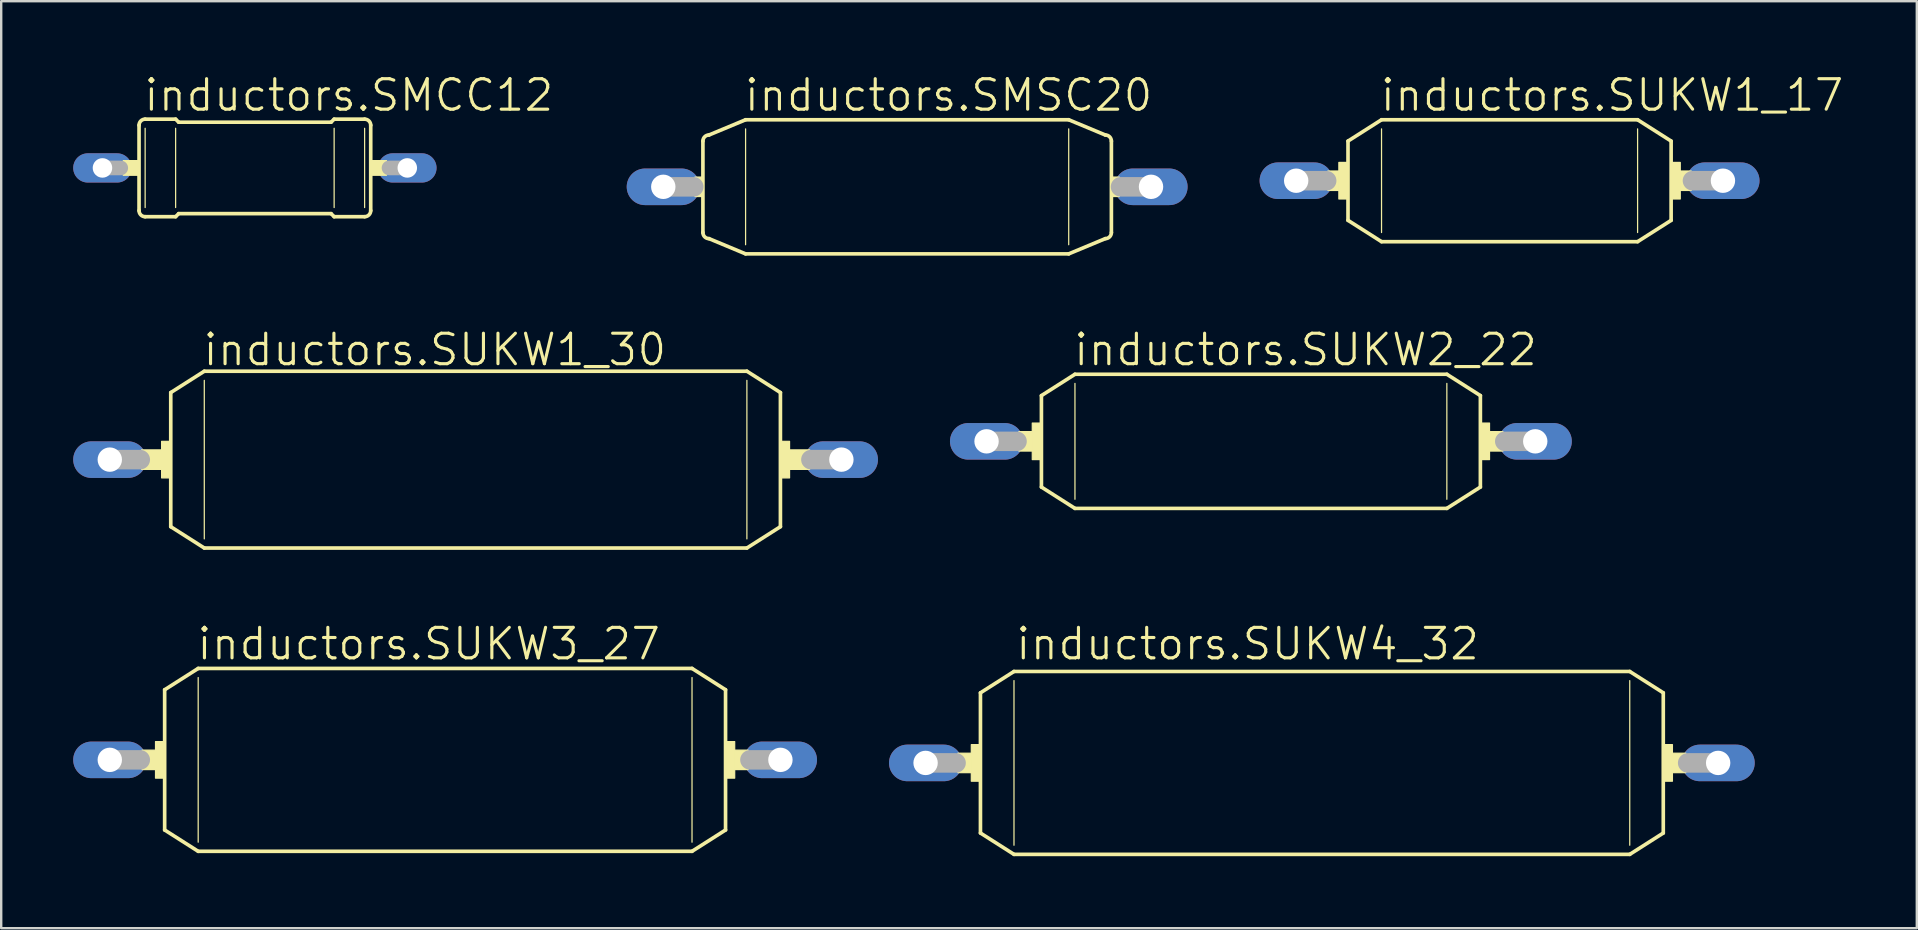
<source format=kicad_pcb>
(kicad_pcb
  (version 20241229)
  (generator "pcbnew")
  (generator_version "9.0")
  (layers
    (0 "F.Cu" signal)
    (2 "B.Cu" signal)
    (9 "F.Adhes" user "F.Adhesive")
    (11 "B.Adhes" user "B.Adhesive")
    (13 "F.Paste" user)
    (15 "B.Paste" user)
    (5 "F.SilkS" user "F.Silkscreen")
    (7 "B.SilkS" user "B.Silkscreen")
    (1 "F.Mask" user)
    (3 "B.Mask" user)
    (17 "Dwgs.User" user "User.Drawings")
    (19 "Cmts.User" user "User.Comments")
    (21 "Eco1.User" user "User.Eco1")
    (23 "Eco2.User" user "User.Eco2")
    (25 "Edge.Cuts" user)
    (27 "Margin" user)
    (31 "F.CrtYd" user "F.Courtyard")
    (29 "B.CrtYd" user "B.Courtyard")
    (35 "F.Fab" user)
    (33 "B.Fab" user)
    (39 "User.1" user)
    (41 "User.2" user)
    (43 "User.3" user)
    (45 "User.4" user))
  (footprint "inductors.SMSC20"
    (layer "F.Cu")
    (at 34.744 4.733)
    (property "Reference" "inductors.SMSC20" (at -6.858 -3.073 0) (layer "F.SilkS") (effects (font (size 1.27 1.27) (thickness 0.13)) (justify left bottom)))
    (attr through_hole)
    (fp_line (start -8.509 1.905) (end -8.509 -1.905) (stroke (width 0.152) (type default)) (layer "F.SilkS"))
    (fp_line (start -8.255 -2.159) (end -6.731 -2.794) (stroke (width 0.152) (type default)) (layer "F.SilkS"))
    (fp_line (start -8.255 2.159) (end -6.731 2.794) (stroke (width 0.152) (type default)) (layer "F.SilkS"))
    (fp_line (start -6.731 -2.413) (end -6.731 2.413) (stroke (width 0.051) (type default)) (layer "F.SilkS"))
    (fp_line (start 6.731 -2.794) (end -6.731 -2.794) (stroke (width 0.152) (type default)) (layer "F.SilkS"))
    (fp_line (start 6.731 -2.413) (end 6.731 2.413) (stroke (width 0.051) (type default)) (layer "F.SilkS"))
    (fp_line (start 6.731 2.794) (end -6.731 2.794) (stroke (width 0.152) (type default)) (layer "F.SilkS"))
    (fp_line (start 8.255 -2.159) (end 6.731 -2.794) (stroke (width 0.152) (type default)) (layer "F.SilkS"))
    (fp_line (start 8.255 2.159) (end 6.731 2.794) (stroke (width 0.152) (type default)) (layer "F.SilkS"))
    (fp_line (start 8.509 1.905) (end 8.509 -1.905) (stroke (width 0.152) (type default)) (layer "F.SilkS"))
    (fp_rect (start -8.839 0.406) (end -8.509 -0.406) (stroke (width 0.05) (type default)) (fill yes) (layer "F.SilkS"))
    (fp_rect (start 8.509 0.406) (end 8.839 -0.406) (stroke (width 0.05) (type default)) (fill yes) (layer "F.SilkS"))
    (fp_arc (start -8.509 -1.905) (mid -8.434605 -2.084605) (end -8.255 -2.159) (stroke (width 0.1524) (type default)) (layer "F.SilkS"))
    (fp_arc (start -8.255 2.159) (mid -8.434605 2.084605) (end -8.509 1.905) (stroke (width 0.1524) (type default)) (layer "F.SilkS"))
    (fp_arc (start 8.255 -2.159) (mid 8.434605 -2.084605) (end 8.509 -1.905) (stroke (width 0.1524) (type default)) (layer "F.SilkS"))
    (fp_arc (start 8.509 1.905) (mid 8.434605 2.084605) (end 8.255 2.159) (stroke (width 0.1524) (type default)) (layer "F.SilkS"))
    (fp_line (start -10.033 0) (end -8.89 0) (stroke (width 0.813) (type default)) (layer "F.Fab"))
    (fp_line (start 10.033 0) (end 8.89 0) (stroke (width 0.813) (type default)) (layer "F.Fab"))
    (pad "1" thru_hole oval (at -10.16 0) (size 3.048 1.524) (drill 1.016) (layers "*.Cu" "*.Mask"))
    (pad "2" thru_hole oval (at 10.16 0) (size 3.048 1.524) (drill 1.016) (layers "*.Cu" "*.Mask")))
  (footprint "inductors.SUKW2_22"
    (layer "F.Cu")
    (at 49.482 15.337)
    (property "Reference" "inductors.SUKW2_22" (at -7.874 -3.073 0) (layer "F.SilkS") (effects (font (size 1.27 1.27) (thickness 0.13)) (justify left bottom)))
    (attr through_hole)
    (fp_line (start -9.144 -1.905) (end -7.747 -2.794) (stroke (width 0.152) (type default)) (layer "F.SilkS"))
    (fp_line (start -9.144 1.905) (end -9.144 -1.905) (stroke (width 0.152) (type default)) (layer "F.SilkS"))
    (fp_line (start -9.144 1.905) (end -7.747 2.794) (stroke (width 0.152) (type default)) (layer "F.SilkS"))
    (fp_line (start -7.747 -2.413) (end -7.747 2.413) (stroke (width 0.051) (type default)) (layer "F.SilkS"))
    (fp_line (start 7.747 -2.794) (end -7.747 -2.794) (stroke (width 0.152) (type default)) (layer "F.SilkS"))
    (fp_line (start 7.747 -2.413) (end 7.747 2.413) (stroke (width 0.051) (type default)) (layer "F.SilkS"))
    (fp_line (start 7.747 2.794) (end -7.747 2.794) (stroke (width 0.152) (type default)) (layer "F.SilkS"))
    (fp_line (start 9.144 -1.905) (end 7.747 -2.794) (stroke (width 0.152) (type default)) (layer "F.SilkS"))
    (fp_line (start 9.144 1.905) (end 7.747 2.794) (stroke (width 0.152) (type default)) (layer "F.SilkS"))
    (fp_line (start 9.144 1.905) (end 9.144 -1.905) (stroke (width 0.152) (type default)) (layer "F.SilkS"))
    (fp_rect (start -10.084 0.406) (end -9.525 -0.406) (stroke (width 0.05) (type default)) (fill yes) (layer "F.SilkS"))
    (fp_rect (start -9.525 0.762) (end -9.144 -0.762) (stroke (width 0.05) (type default)) (fill yes) (layer "F.SilkS"))
    (fp_rect (start 9.144 0.762) (end 9.525 -0.762) (stroke (width 0.05) (type default)) (fill yes) (layer "F.SilkS"))
    (fp_rect (start 9.525 0.406) (end 10.084 -0.406) (stroke (width 0.05) (type default)) (fill yes) (layer "F.SilkS"))
    (fp_line (start -11.43 0) (end -10.16 0) (stroke (width 0.813) (type default)) (layer "F.Fab"))
    (fp_line (start 11.43 0) (end 10.16 0) (stroke (width 0.813) (type default)) (layer "F.Fab"))
    (pad "1" thru_hole oval (at -11.43 0) (size 3.048 1.524) (drill 1.016) (layers "*.Cu" "*.Mask"))
    (pad "2" thru_hole oval (at 11.43 0) (size 3.048 1.524) (drill 1.016) (layers "*.Cu" "*.Mask")))
  (footprint "inductors.SUKW4_32"
    (layer "F.Cu")
    (at 52.022 28.735)
    (property "Reference" "inductors.SUKW4_32" (at -12.827 -4.216 0) (layer "F.SilkS") (effects (font (size 1.27 1.27) (thickness 0.13)) (justify left bottom)))
    (attr through_hole)
    (fp_line (start -14.224 -2.921) (end -12.827 -3.81) (stroke (width 0.152) (type default)) (layer "F.SilkS"))
    (fp_line (start -14.224 2.921) (end -14.224 -2.921) (stroke (width 0.152) (type default)) (layer "F.SilkS"))
    (fp_line (start -14.224 2.921) (end -12.827 3.81) (stroke (width 0.152) (type default)) (layer "F.SilkS"))
    (fp_line (start -12.827 -3.429) (end -12.827 3.429) (stroke (width 0.051) (type default)) (layer "F.SilkS"))
    (fp_line (start 12.827 -3.81) (end -12.827 -3.81) (stroke (width 0.152) (type default)) (layer "F.SilkS"))
    (fp_line (start 12.827 -3.429) (end 12.827 3.429) (stroke (width 0.051) (type default)) (layer "F.SilkS"))
    (fp_line (start 12.827 3.81) (end -12.827 3.81) (stroke (width 0.152) (type default)) (layer "F.SilkS"))
    (fp_line (start 14.224 -2.921) (end 12.827 -3.81) (stroke (width 0.152) (type default)) (layer "F.SilkS"))
    (fp_line (start 14.224 2.921) (end 12.827 3.81) (stroke (width 0.152) (type default)) (layer "F.SilkS"))
    (fp_line (start 14.224 2.921) (end 14.224 -2.921) (stroke (width 0.152) (type default)) (layer "F.SilkS"))
    (fp_rect (start -15.164 0.406) (end -14.605 -0.406) (stroke (width 0.05) (type default)) (fill yes) (layer "F.SilkS"))
    (fp_rect (start -14.605 0.762) (end -14.224 -0.762) (stroke (width 0.05) (type default)) (fill yes) (layer "F.SilkS"))
    (fp_rect (start 14.224 0.762) (end 14.605 -0.762) (stroke (width 0.05) (type default)) (fill yes) (layer "F.SilkS"))
    (fp_rect (start 14.605 0.406) (end 15.164 -0.406) (stroke (width 0.05) (type default)) (fill yes) (layer "F.SilkS"))
    (fp_line (start -16.51 0) (end -15.24 0) (stroke (width 0.813) (type default)) (layer "F.Fab"))
    (fp_line (start 16.51 0) (end 15.24 0) (stroke (width 0.813) (type default)) (layer "F.Fab"))
    (pad "1" thru_hole oval (at -16.51 0) (size 3.048 1.524) (drill 1.016) (layers "*.Cu" "*.Mask"))
    (pad "2" thru_hole oval (at 16.51 0) (size 3.048 1.524) (drill 1.016) (layers "*.Cu" "*.Mask")))
  (footprint "inductors.SUKW1_17"
    (layer "F.Cu")
    (at 59.842 4.479)
    (property "Reference" "inductors.SUKW1_17" (at -5.461 -2.819 0) (layer "F.SilkS") (effects (font (size 1.27 1.27) (thickness 0.13)) (justify left bottom)))
    (attr through_hole)
    (fp_line (start -6.731 -1.651) (end -5.334 -2.54) (stroke (width 0.152) (type default)) (layer "F.SilkS"))
    (fp_line (start -6.731 1.651) (end -6.731 -1.651) (stroke (width 0.152) (type default)) (layer "F.SilkS"))
    (fp_line (start -6.731 1.651) (end -5.334 2.54) (stroke (width 0.152) (type default)) (layer "F.SilkS"))
    (fp_line (start -5.334 -2.159) (end -5.334 2.159) (stroke (width 0.051) (type default)) (layer "F.SilkS"))
    (fp_line (start 5.334 -2.54) (end -5.334 -2.54) (stroke (width 0.152) (type default)) (layer "F.SilkS"))
    (fp_line (start 5.334 -2.159) (end 5.334 2.159) (stroke (width 0.051) (type default)) (layer "F.SilkS"))
    (fp_line (start 5.334 2.54) (end -5.334 2.54) (stroke (width 0.152) (type default)) (layer "F.SilkS"))
    (fp_line (start 6.731 -1.651) (end 5.334 -2.54) (stroke (width 0.152) (type default)) (layer "F.SilkS"))
    (fp_line (start 6.731 1.651) (end 5.334 2.54) (stroke (width 0.152) (type default)) (layer "F.SilkS"))
    (fp_line (start 6.731 1.651) (end 6.731 -1.651) (stroke (width 0.152) (type default)) (layer "F.SilkS"))
    (fp_rect (start -7.569 0.406) (end -7.112 -0.406) (stroke (width 0.05) (type default)) (fill yes) (layer "F.SilkS"))
    (fp_rect (start -7.112 0.762) (end -6.731 -0.762) (stroke (width 0.05) (type default)) (fill yes) (layer "F.SilkS"))
    (fp_rect (start 6.731 0.762) (end 7.112 -0.762) (stroke (width 0.05) (type default)) (fill yes) (layer "F.SilkS"))
    (fp_rect (start 7.112 0.406) (end 7.569 -0.406) (stroke (width 0.05) (type default)) (fill yes) (layer "F.SilkS"))
    (fp_line (start -8.89 0) (end -7.62 0) (stroke (width 0.813) (type default)) (layer "F.Fab"))
    (fp_line (start 8.89 0) (end 7.62 0) (stroke (width 0.813) (type default)) (layer "F.Fab"))
    (pad "1" thru_hole oval (at -8.89 0) (size 3.048 1.524) (drill 1.016) (layers "*.Cu" "*.Mask"))
    (pad "2" thru_hole oval (at 8.89 0) (size 3.048 1.524) (drill 1.016) (layers "*.Cu" "*.Mask")))
  (footprint "inductors.SUKW3_27"
    (layer "F.Cu")
    (at 15.494 28.608)
    (property "Reference" "inductors.SUKW3_27" (at -10.414 -4.089 0) (layer "F.SilkS") (effects (font (size 1.27 1.27) (thickness 0.13)) (justify left bottom)))
    (attr through_hole)
    (fp_line (start -11.684 -2.921) (end -10.287 -3.81) (stroke (width 0.152) (type default)) (layer "F.SilkS"))
    (fp_line (start -11.684 2.921) (end -11.684 -2.921) (stroke (width 0.152) (type default)) (layer "F.SilkS"))
    (fp_line (start -11.684 2.921) (end -10.287 3.81) (stroke (width 0.152) (type default)) (layer "F.SilkS"))
    (fp_line (start -10.287 -3.429) (end -10.287 3.429) (stroke (width 0.051) (type default)) (layer "F.SilkS"))
    (fp_line (start 10.287 -3.81) (end -10.287 -3.81) (stroke (width 0.152) (type default)) (layer "F.SilkS"))
    (fp_line (start 10.287 -3.429) (end 10.287 3.429) (stroke (width 0.051) (type default)) (layer "F.SilkS"))
    (fp_line (start 10.287 3.81) (end -10.287 3.81) (stroke (width 0.152) (type default)) (layer "F.SilkS"))
    (fp_line (start 11.684 -2.921) (end 10.287 -3.81) (stroke (width 0.152) (type default)) (layer "F.SilkS"))
    (fp_line (start 11.684 2.921) (end 10.287 3.81) (stroke (width 0.152) (type default)) (layer "F.SilkS"))
    (fp_line (start 11.684 2.921) (end 11.684 -2.921) (stroke (width 0.152) (type default)) (layer "F.SilkS"))
    (fp_rect (start -12.624 0.406) (end -12.065 -0.406) (stroke (width 0.05) (type default)) (fill yes) (layer "F.SilkS"))
    (fp_rect (start -12.065 0.762) (end -11.684 -0.762) (stroke (width 0.05) (type default)) (fill yes) (layer "F.SilkS"))
    (fp_rect (start 11.684 0.762) (end 12.065 -0.762) (stroke (width 0.05) (type default)) (fill yes) (layer "F.SilkS"))
    (fp_rect (start 12.065 0.406) (end 12.624 -0.406) (stroke (width 0.05) (type default)) (fill yes) (layer "F.SilkS"))
    (fp_line (start -13.97 0) (end -12.7 0) (stroke (width 0.813) (type default)) (layer "F.Fab"))
    (fp_line (start 13.97 0) (end 12.7 0) (stroke (width 0.813) (type default)) (layer "F.Fab"))
    (pad "1" thru_hole oval (at -13.97 0) (size 3.048 1.524) (drill 1.016) (layers "*.Cu" "*.Mask"))
    (pad "2" thru_hole oval (at 13.97 0) (size 3.048 1.524) (drill 1.016) (layers "*.Cu" "*.Mask")))
  (footprint "inductors.SMCC12"
    (layer "F.Cu")
    (at 7.569 3.946)
    (property "Reference" "inductors.SMCC12" (at -4.699 -2.286 0) (layer "F.SilkS") (effects (font (size 1.27 1.27) (thickness 0.13)) (justify left bottom)))
    (attr through_hole)
    (fp_line (start -4.826 1.778) (end -4.826 -1.778) (stroke (width 0.152) (type default)) (layer "F.SilkS"))
    (fp_line (start -4.572 -2.032) (end -3.302 -2.032) (stroke (width 0.152) (type default)) (layer "F.SilkS"))
    (fp_line (start -4.572 -1.651) (end -4.572 1.651) (stroke (width 0.051) (type default)) (layer "F.SilkS"))
    (fp_line (start -4.572 2.032) (end -3.302 2.032) (stroke (width 0.152) (type default)) (layer "F.SilkS"))
    (fp_line (start -3.302 -1.651) (end -3.302 1.651) (stroke (width 0.051) (type default)) (layer "F.SilkS"))
    (fp_line (start -3.175 -1.905) (end -3.302 -2.032) (stroke (width 0.152) (type default)) (layer "F.SilkS"))
    (fp_line (start -3.175 1.905) (end -3.302 2.032) (stroke (width 0.152) (type default)) (layer "F.SilkS"))
    (fp_line (start 3.175 -1.905) (end -3.175 -1.905) (stroke (width 0.152) (type default)) (layer "F.SilkS"))
    (fp_line (start 3.175 -1.905) (end 3.302 -2.032) (stroke (width 0.152) (type default)) (layer "F.SilkS"))
    (fp_line (start 3.175 1.905) (end -3.175 1.905) (stroke (width 0.152) (type default)) (layer "F.SilkS"))
    (fp_line (start 3.175 1.905) (end 3.302 2.032) (stroke (width 0.152) (type default)) (layer "F.SilkS"))
    (fp_line (start 3.302 -1.651) (end 3.302 1.651) (stroke (width 0.051) (type default)) (layer "F.SilkS"))
    (fp_line (start 4.572 -2.032) (end 3.302 -2.032) (stroke (width 0.152) (type default)) (layer "F.SilkS"))
    (fp_line (start 4.572 -1.651) (end 4.572 1.651) (stroke (width 0.051) (type default)) (layer "F.SilkS"))
    (fp_line (start 4.572 2.032) (end 3.302 2.032) (stroke (width 0.152) (type default)) (layer "F.SilkS"))
    (fp_line (start 4.826 1.778) (end 4.826 -1.778) (stroke (width 0.152) (type default)) (layer "F.SilkS"))
    (fp_rect (start -5.486 0.305) (end -4.826 -0.305) (stroke (width 0.05) (type default)) (fill yes) (layer "F.SilkS"))
    (fp_rect (start 4.826 0.305) (end 5.486 -0.305) (stroke (width 0.05) (type default)) (fill yes) (layer "F.SilkS"))
    (fp_arc (start -4.826 -1.778) (mid -4.751605 -1.957605) (end -4.572 -2.032) (stroke (width 0.1524) (type default)) (layer "F.SilkS"))
    (fp_arc (start -4.572 2.032) (mid -4.751605 1.957605) (end -4.826 1.778) (stroke (width 0.1524) (type default)) (layer "F.SilkS"))
    (fp_arc (start 4.572 -2.032) (mid 4.751605 -1.957605) (end 4.826 -1.778) (stroke (width 0.1524) (type default)) (layer "F.SilkS"))
    (fp_arc (start 4.826 1.778) (mid 4.751605 1.957605) (end 4.572 2.032) (stroke (width 0.1524) (type default)) (layer "F.SilkS"))
    (fp_line (start -6.35 0) (end -5.588 0) (stroke (width 0.61) (type default)) (layer "F.Fab"))
    (fp_line (start 6.35 0) (end 5.588 0) (stroke (width 0.61) (type default)) (layer "F.Fab"))
    (pad "1" thru_hole oval (at -6.35 0) (size 2.438 1.219) (drill 0.813) (layers "*.Cu" "*.Mask"))
    (pad "2" thru_hole oval (at 6.35 0) (size 2.438 1.219) (drill 0.813) (layers "*.Cu" "*.Mask")))
  (footprint "inductors.SUKW1_30"
    (layer "F.Cu")
    (at 16.764 16.099)
    (property "Reference" "inductors.SUKW1_30" (at -11.43 -3.835 0) (layer "F.SilkS") (effects (font (size 1.27 1.27) (thickness 0.13)) (justify left bottom)))
    (attr through_hole)
    (fp_line (start -12.7 -2.794) (end -11.303 -3.683) (stroke (width 0.152) (type default)) (layer "F.SilkS"))
    (fp_line (start -12.7 2.794) (end -12.7 -2.794) (stroke (width 0.152) (type default)) (layer "F.SilkS"))
    (fp_line (start -12.7 2.794) (end -11.303 3.683) (stroke (width 0.152) (type default)) (layer "F.SilkS"))
    (fp_line (start -11.303 -3.302) (end -11.303 3.302) (stroke (width 0.051) (type default)) (layer "F.SilkS"))
    (fp_line (start 11.303 -3.683) (end -11.303 -3.683) (stroke (width 0.152) (type default)) (layer "F.SilkS"))
    (fp_line (start 11.303 -3.302) (end 11.303 3.302) (stroke (width 0.051) (type default)) (layer "F.SilkS"))
    (fp_line (start 11.303 3.683) (end -11.303 3.683) (stroke (width 0.152) (type default)) (layer "F.SilkS"))
    (fp_line (start 12.7 -2.794) (end 11.303 -3.683) (stroke (width 0.152) (type default)) (layer "F.SilkS"))
    (fp_line (start 12.7 2.794) (end 11.303 3.683) (stroke (width 0.152) (type default)) (layer "F.SilkS"))
    (fp_line (start 12.7 2.794) (end 12.7 -2.794) (stroke (width 0.152) (type default)) (layer "F.SilkS"))
    (fp_rect (start -13.919 0.406) (end -13.081 -0.406) (stroke (width 0.05) (type default)) (fill yes) (layer "F.SilkS"))
    (fp_rect (start -13.081 0.762) (end -12.7 -0.762) (stroke (width 0.05) (type default)) (fill yes) (layer "F.SilkS"))
    (fp_rect (start 12.7 0.762) (end 13.081 -0.762) (stroke (width 0.05) (type default)) (fill yes) (layer "F.SilkS"))
    (fp_rect (start 13.081 0.406) (end 13.919 -0.406) (stroke (width 0.05) (type default)) (fill yes) (layer "F.SilkS"))
    (fp_line (start -15.24 0) (end -13.97 0) (stroke (width 0.813) (type default)) (layer "F.Fab"))
    (fp_line (start 15.24 0) (end 13.97 0) (stroke (width 0.813) (type default)) (layer "F.Fab"))
    (pad "1" thru_hole oval (at -15.24 0) (size 3.048 1.524) (drill 1.016) (layers "*.Cu" "*.Mask"))
    (pad "2" thru_hole oval (at 15.24 0) (size 3.048 1.524) (drill 1.016) (layers "*.Cu" "*.Mask")))
  (gr_rect
    (start -3 -3)
    (end 76.809 35.621)
    (stroke (width 0.1) (type default))
    (fill no)
    (layer "Edge.Cuts")))
</source>
